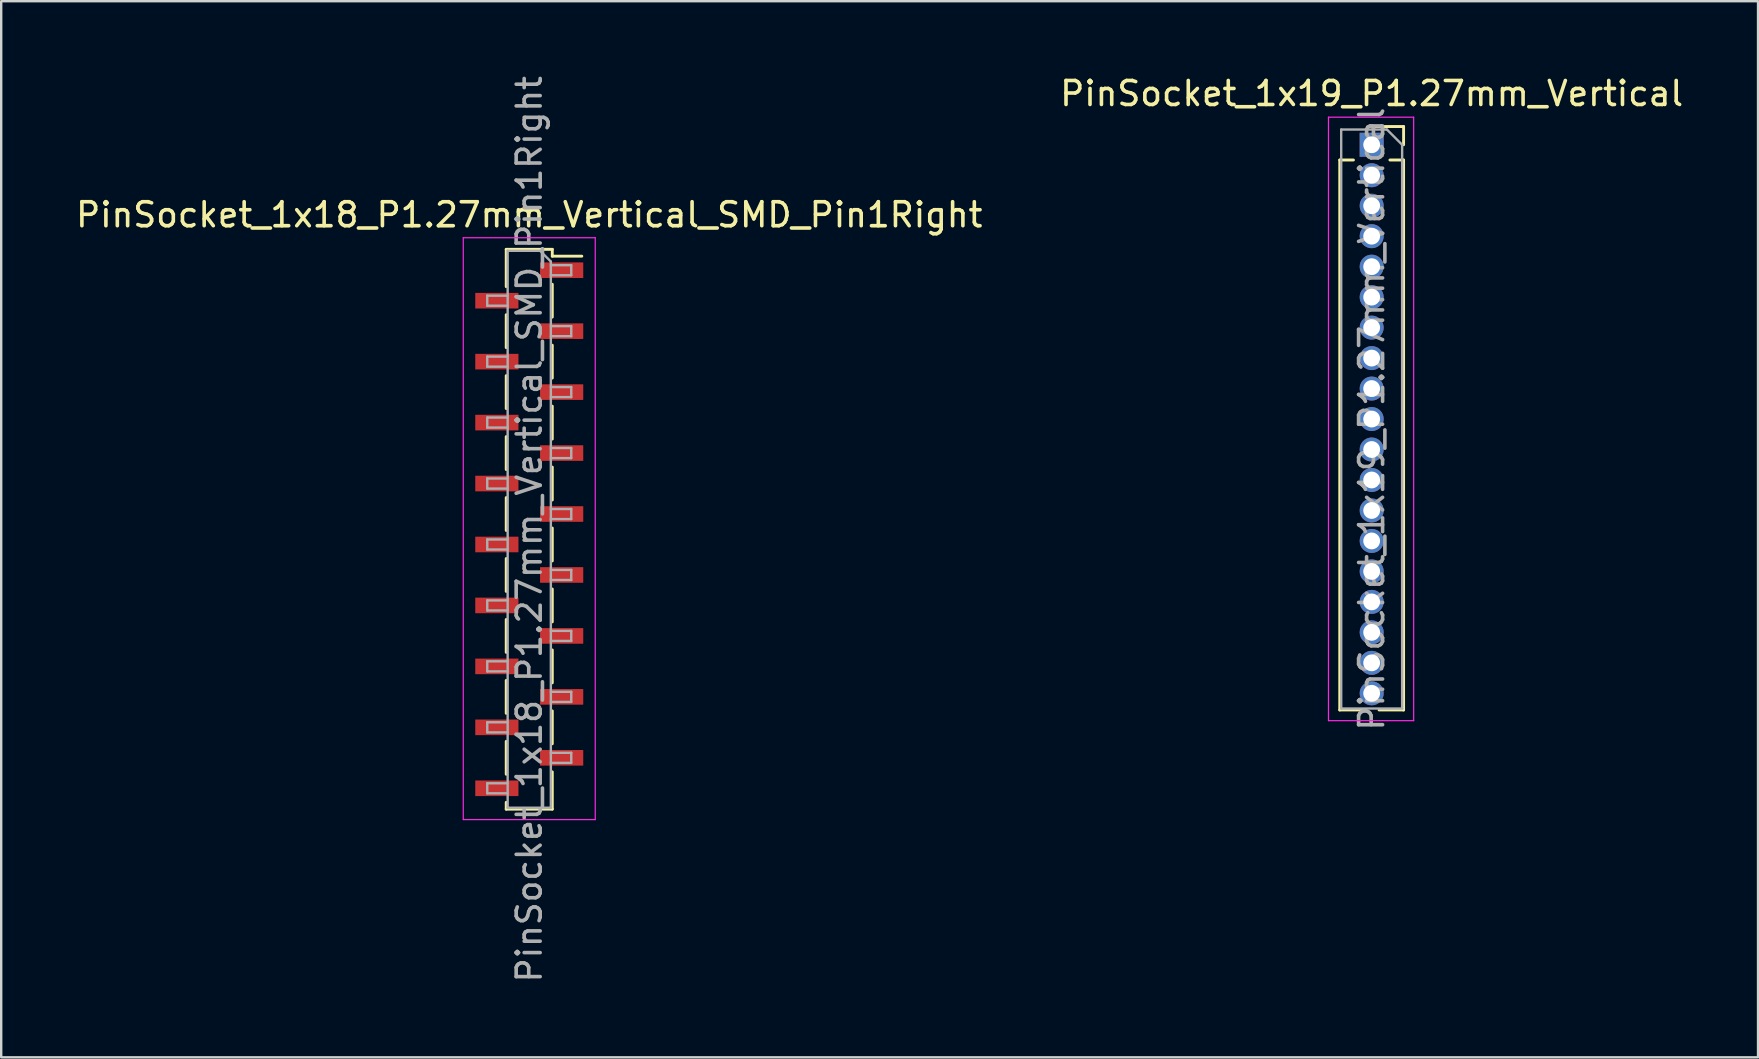
<source format=kicad_pcb>
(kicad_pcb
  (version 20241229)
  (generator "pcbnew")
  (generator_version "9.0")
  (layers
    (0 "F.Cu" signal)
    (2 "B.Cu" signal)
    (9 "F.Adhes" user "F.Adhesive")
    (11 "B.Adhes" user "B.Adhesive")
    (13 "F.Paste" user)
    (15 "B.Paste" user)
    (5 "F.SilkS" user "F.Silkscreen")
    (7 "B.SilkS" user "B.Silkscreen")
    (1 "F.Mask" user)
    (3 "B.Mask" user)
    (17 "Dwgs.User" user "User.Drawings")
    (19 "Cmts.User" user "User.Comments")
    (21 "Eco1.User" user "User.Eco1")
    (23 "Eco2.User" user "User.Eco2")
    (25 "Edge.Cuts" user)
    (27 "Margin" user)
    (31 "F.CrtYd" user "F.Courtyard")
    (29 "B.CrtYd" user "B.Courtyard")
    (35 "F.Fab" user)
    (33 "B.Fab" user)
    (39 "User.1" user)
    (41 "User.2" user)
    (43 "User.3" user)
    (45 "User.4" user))
  (footprint "PinSocket_1x18_P1.27mm_Vertical_SMD_Pin1Right"
    (layer "F.Cu")
    (at 19.006 19.006)
    (property "Reference" "PinSocket_1x18_P1.27mm_Vertical_SMD_Pin1Right" (at 0 -13.105 0) (layer "F.SilkS") (effects (font (size 1 1) (thickness 0.15))))
    (attr smd)
    (fp_line (start -0.96 -11.665) (end -0.96 -10.11) (stroke (width 0.12) (type solid)) (layer "F.SilkS"))
    (fp_line (start -0.96 -11.665) (end 0.96 -11.665) (stroke (width 0.12) (type solid)) (layer "F.SilkS"))
    (fp_line (start -0.96 -8.94) (end -0.96 -7.57) (stroke (width 0.12) (type solid)) (layer "F.SilkS"))
    (fp_line (start -0.96 -6.4) (end -0.96 -5.03) (stroke (width 0.12) (type solid)) (layer "F.SilkS"))
    (fp_line (start -0.96 -3.86) (end -0.96 -2.49) (stroke (width 0.12) (type solid)) (layer "F.SilkS"))
    (fp_line (start -0.96 -1.32) (end -0.96 0.05) (stroke (width 0.12) (type solid)) (layer "F.SilkS"))
    (fp_line (start -0.96 1.22) (end -0.96 2.59) (stroke (width 0.12) (type solid)) (layer "F.SilkS"))
    (fp_line (start -0.96 3.76) (end -0.96 5.13) (stroke (width 0.12) (type solid)) (layer "F.SilkS"))
    (fp_line (start -0.96 6.3) (end -0.96 7.67) (stroke (width 0.12) (type solid)) (layer "F.SilkS"))
    (fp_line (start -0.96 8.84) (end -0.96 10.21) (stroke (width 0.12) (type solid)) (layer "F.SilkS"))
    (fp_line (start -0.96 11.38) (end -0.96 11.665) (stroke (width 0.12) (type solid)) (layer "F.SilkS"))
    (fp_line (start -0.96 11.665) (end 0.96 11.665) (stroke (width 0.12) (type solid)) (layer "F.SilkS"))
    (fp_line (start 0.96 -11.665) (end 0.96 -11.38) (stroke (width 0.12) (type solid)) (layer "F.SilkS"))
    (fp_line (start 0.96 -11.38) (end 2.19 -11.38) (stroke (width 0.12) (type solid)) (layer "F.SilkS"))
    (fp_line (start 0.96 -10.21) (end 0.96 -8.84) (stroke (width 0.12) (type solid)) (layer "F.SilkS"))
    (fp_line (start 0.96 -7.67) (end 0.96 -6.3) (stroke (width 0.12) (type solid)) (layer "F.SilkS"))
    (fp_line (start 0.96 -5.13) (end 0.96 -3.76) (stroke (width 0.12) (type solid)) (layer "F.SilkS"))
    (fp_line (start 0.96 -2.59) (end 0.96 -1.22) (stroke (width 0.12) (type solid)) (layer "F.SilkS"))
    (fp_line (start 0.96 -0.05) (end 0.96 1.32) (stroke (width 0.12) (type solid)) (layer "F.SilkS"))
    (fp_line (start 0.96 2.49) (end 0.96 3.86) (stroke (width 0.12) (type solid)) (layer "F.SilkS"))
    (fp_line (start 0.96 5.03) (end 0.96 6.4) (stroke (width 0.12) (type solid)) (layer "F.SilkS"))
    (fp_line (start 0.96 7.57) (end 0.96 8.94) (stroke (width 0.12) (type solid)) (layer "F.SilkS"))
    (fp_line (start 0.96 10.11) (end 0.96 11.665) (stroke (width 0.12) (type solid)) (layer "F.SilkS"))
    (fp_line (start -2.75 -12.15) (end 2.75 -12.15) (stroke (width 0.05) (type solid)) (layer "F.CrtYd"))
    (fp_line (start -2.75 12.1) (end -2.75 -12.15) (stroke (width 0.05) (type solid)) (layer "F.CrtYd"))
    (fp_line (start 2.75 -12.15) (end 2.75 12.1) (stroke (width 0.05) (type solid)) (layer "F.CrtYd"))
    (fp_line (start 2.75 12.1) (end -2.75 12.1) (stroke (width 0.05) (type solid)) (layer "F.CrtYd"))
    (fp_line (start -1.75 -9.735) (end -0.9 -9.735) (stroke (width 0.1) (type solid)) (layer "F.Fab"))
    (fp_line (start -1.75 -9.315) (end -1.75 -9.735) (stroke (width 0.1) (type solid)) (layer "F.Fab"))
    (fp_line (start -1.75 -7.195) (end -0.9 -7.195) (stroke (width 0.1) (type solid)) (layer "F.Fab"))
    (fp_line (start -1.75 -6.775) (end -1.75 -7.195) (stroke (width 0.1) (type solid)) (layer "F.Fab"))
    (fp_line (start -1.75 -4.655) (end -0.9 -4.655) (stroke (width 0.1) (type solid)) (layer "F.Fab"))
    (fp_line (start -1.75 -4.235) (end -1.75 -4.655) (stroke (width 0.1) (type solid)) (layer "F.Fab"))
    (fp_line (start -1.75 -2.115) (end -0.9 -2.115) (stroke (width 0.1) (type solid)) (layer "F.Fab"))
    (fp_line (start -1.75 -1.695) (end -1.75 -2.115) (stroke (width 0.1) (type solid)) (layer "F.Fab"))
    (fp_line (start -1.75 0.425) (end -0.9 0.425) (stroke (width 0.1) (type solid)) (layer "F.Fab"))
    (fp_line (start -1.75 0.845) (end -1.75 0.425) (stroke (width 0.1) (type solid)) (layer "F.Fab"))
    (fp_line (start -1.75 2.965) (end -0.9 2.965) (stroke (width 0.1) (type solid)) (layer "F.Fab"))
    (fp_line (start -1.75 3.385) (end -1.75 2.965) (stroke (width 0.1) (type solid)) (layer "F.Fab"))
    (fp_line (start -1.75 5.505) (end -0.9 5.505) (stroke (width 0.1) (type solid)) (layer "F.Fab"))
    (fp_line (start -1.75 5.925) (end -1.75 5.505) (stroke (width 0.1) (type solid)) (layer "F.Fab"))
    (fp_line (start -1.75 8.045) (end -0.9 8.045) (stroke (width 0.1) (type solid)) (layer "F.Fab"))
    (fp_line (start -1.75 8.465) (end -1.75 8.045) (stroke (width 0.1) (type solid)) (layer "F.Fab"))
    (fp_line (start -1.75 10.585) (end -0.9 10.585) (stroke (width 0.1) (type solid)) (layer "F.Fab"))
    (fp_line (start -1.75 11.005) (end -1.75 10.585) (stroke (width 0.1) (type solid)) (layer "F.Fab"))
    (fp_line (start -0.9 -11.605) (end 0.45 -11.605) (stroke (width 0.1) (type solid)) (layer "F.Fab"))
    (fp_line (start -0.9 -9.315) (end -1.75 -9.315) (stroke (width 0.1) (type solid)) (layer "F.Fab"))
    (fp_line (start -0.9 -6.775) (end -1.75 -6.775) (stroke (width 0.1) (type solid)) (layer "F.Fab"))
    (fp_line (start -0.9 -4.235) (end -1.75 -4.235) (stroke (width 0.1) (type solid)) (layer "F.Fab"))
    (fp_line (start -0.9 -1.695) (end -1.75 -1.695) (stroke (width 0.1) (type solid)) (layer "F.Fab"))
    (fp_line (start -0.9 0.845) (end -1.75 0.845) (stroke (width 0.1) (type solid)) (layer "F.Fab"))
    (fp_line (start -0.9 3.385) (end -1.75 3.385) (stroke (width 0.1) (type solid)) (layer "F.Fab"))
    (fp_line (start -0.9 5.925) (end -1.75 5.925) (stroke (width 0.1) (type solid)) (layer "F.Fab"))
    (fp_line (start -0.9 8.465) (end -1.75 8.465) (stroke (width 0.1) (type solid)) (layer "F.Fab"))
    (fp_line (start -0.9 11.005) (end -1.75 11.005) (stroke (width 0.1) (type solid)) (layer "F.Fab"))
    (fp_line (start -0.9 11.605) (end -0.9 -11.605) (stroke (width 0.1) (type solid)) (layer "F.Fab"))
    (fp_line (start 0.45 -11.605) (end 0.9 -11.155) (stroke (width 0.1) (type solid)) (layer "F.Fab"))
    (fp_line (start 0.9 -11.155) (end 0.9 11.605) (stroke (width 0.1) (type solid)) (layer "F.Fab"))
    (fp_line (start 0.9 -11.005) (end 1.75 -11.005) (stroke (width 0.1) (type solid)) (layer "F.Fab"))
    (fp_line (start 0.9 -8.465) (end 1.75 -8.465) (stroke (width 0.1) (type solid)) (layer "F.Fab"))
    (fp_line (start 0.9 -5.925) (end 1.75 -5.925) (stroke (width 0.1) (type solid)) (layer "F.Fab"))
    (fp_line (start 0.9 -3.385) (end 1.75 -3.385) (stroke (width 0.1) (type solid)) (layer "F.Fab"))
    (fp_line (start 0.9 -0.845) (end 1.75 -0.845) (stroke (width 0.1) (type solid)) (layer "F.Fab"))
    (fp_line (start 0.9 1.695) (end 1.75 1.695) (stroke (width 0.1) (type solid)) (layer "F.Fab"))
    (fp_line (start 0.9 4.235) (end 1.75 4.235) (stroke (width 0.1) (type solid)) (layer "F.Fab"))
    (fp_line (start 0.9 6.775) (end 1.75 6.775) (stroke (width 0.1) (type solid)) (layer "F.Fab"))
    (fp_line (start 0.9 9.315) (end 1.75 9.315) (stroke (width 0.1) (type solid)) (layer "F.Fab"))
    (fp_line (start 0.9 11.605) (end -0.9 11.605) (stroke (width 0.1) (type solid)) (layer "F.Fab"))
    (fp_line (start 1.75 -11.005) (end 1.75 -10.585) (stroke (width 0.1) (type solid)) (layer "F.Fab"))
    (fp_line (start 1.75 -10.585) (end 0.9 -10.585) (stroke (width 0.1) (type solid)) (layer "F.Fab"))
    (fp_line (start 1.75 -8.465) (end 1.75 -8.045) (stroke (width 0.1) (type solid)) (layer "F.Fab"))
    (fp_line (start 1.75 -8.045) (end 0.9 -8.045) (stroke (width 0.1) (type solid)) (layer "F.Fab"))
    (fp_line (start 1.75 -5.925) (end 1.75 -5.505) (stroke (width 0.1) (type solid)) (layer "F.Fab"))
    (fp_line (start 1.75 -5.505) (end 0.9 -5.505) (stroke (width 0.1) (type solid)) (layer "F.Fab"))
    (fp_line (start 1.75 -3.385) (end 1.75 -2.965) (stroke (width 0.1) (type solid)) (layer "F.Fab"))
    (fp_line (start 1.75 -2.965) (end 0.9 -2.965) (stroke (width 0.1) (type solid)) (layer "F.Fab"))
    (fp_line (start 1.75 -0.845) (end 1.75 -0.425) (stroke (width 0.1) (type solid)) (layer "F.Fab"))
    (fp_line (start 1.75 -0.425) (end 0.9 -0.425) (stroke (width 0.1) (type solid)) (layer "F.Fab"))
    (fp_line (start 1.75 1.695) (end 1.75 2.115) (stroke (width 0.1) (type solid)) (layer "F.Fab"))
    (fp_line (start 1.75 2.115) (end 0.9 2.115) (stroke (width 0.1) (type solid)) (layer "F.Fab"))
    (fp_line (start 1.75 4.235) (end 1.75 4.655) (stroke (width 0.1) (type solid)) (layer "F.Fab"))
    (fp_line (start 1.75 4.655) (end 0.9 4.655) (stroke (width 0.1) (type solid)) (layer "F.Fab"))
    (fp_line (start 1.75 6.775) (end 1.75 7.195) (stroke (width 0.1) (type solid)) (layer "F.Fab"))
    (fp_line (start 1.75 7.195) (end 0.9 7.195) (stroke (width 0.1) (type solid)) (layer "F.Fab"))
    (fp_line (start 1.75 9.315) (end 1.75 9.735) (stroke (width 0.1) (type solid)) (layer "F.Fab"))
    (fp_line (start 1.75 9.735) (end 0.9 9.735) (stroke (width 0.1) (type solid)) (layer "F.Fab"))
    (fp_text user "${REFERENCE}" (at 0 0 90) (layer "F.Fab") (effects (font (size 1 1) (thickness 0.15))))
    (pad "1" smd rect (at 1.35 -10.795) (size 1.8 0.65) (layers "F.Cu" "F.Mask" "F.Paste"))
    (pad "2" smd rect (at -1.35 -9.525) (size 1.8 0.65) (layers "F.Cu" "F.Mask" "F.Paste"))
    (pad "3" smd rect (at 1.35 -8.255) (size 1.8 0.65) (layers "F.Cu" "F.Mask" "F.Paste"))
    (pad "4" smd rect (at -1.35 -6.985) (size 1.8 0.65) (layers "F.Cu" "F.Mask" "F.Paste"))
    (pad "5" smd rect (at 1.35 -5.715) (size 1.8 0.65) (layers "F.Cu" "F.Mask" "F.Paste"))
    (pad "6" smd rect (at -1.35 -4.445) (size 1.8 0.65) (layers "F.Cu" "F.Mask" "F.Paste"))
    (pad "7" smd rect (at 1.35 -3.175) (size 1.8 0.65) (layers "F.Cu" "F.Mask" "F.Paste"))
    (pad "8" smd rect (at -1.35 -1.905) (size 1.8 0.65) (layers "F.Cu" "F.Mask" "F.Paste"))
    (pad "9" smd rect (at 1.35 -0.635) (size 1.8 0.65) (layers "F.Cu" "F.Mask" "F.Paste"))
    (pad "10" smd rect (at -1.35 0.635) (size 1.8 0.65) (layers "F.Cu" "F.Mask" "F.Paste"))
    (pad "11" smd rect (at 1.35 1.905) (size 1.8 0.65) (layers "F.Cu" "F.Mask" "F.Paste"))
    (pad "12" smd rect (at -1.35 3.175) (size 1.8 0.65) (layers "F.Cu" "F.Mask" "F.Paste"))
    (pad "13" smd rect (at 1.35 4.445) (size 1.8 0.65) (layers "F.Cu" "F.Mask" "F.Paste"))
    (pad "14" smd rect (at -1.35 5.715) (size 1.8 0.65) (layers "F.Cu" "F.Mask" "F.Paste"))
    (pad "15" smd rect (at 1.35 6.985) (size 1.8 0.65) (layers "F.Cu" "F.Mask" "F.Paste"))
    (pad "16" smd rect (at -1.35 8.255) (size 1.8 0.65) (layers "F.Cu" "F.Mask" "F.Paste"))
    (pad "17" smd rect (at 1.35 9.525) (size 1.8 0.65) (layers "F.Cu" "F.Mask" "F.Paste"))
    (pad "18" smd rect (at -1.35 10.795) (size 1.8 0.65) (layers "F.Cu" "F.Mask" "F.Paste")))
  (footprint "PinSocket_1x19_P1.27mm_Vertical"
    (layer "F.Cu")
    (at 54.113 2.983)
    (property "Reference" "PinSocket_1x19_P1.27mm_Vertical" (at 0 -2.135 0) (layer "F.SilkS") (effects (font (size 1 1) (thickness 0.15))))
    (attr through_hole)
    (fp_line (start -1.33 0.635) (end -1.33 23.555) (stroke (width 0.12) (type solid)) (layer "F.SilkS"))
    (fp_line (start -1.33 0.635) (end -0.76 0.635) (stroke (width 0.12) (type solid)) (layer "F.SilkS"))
    (fp_line (start -1.33 23.555) (end -0.308 23.555) (stroke (width 0.12) (type solid)) (layer "F.SilkS"))
    (fp_line (start 0 -0.76) (end 1.33 -0.76) (stroke (width 0.12) (type solid)) (layer "F.SilkS"))
    (fp_line (start 0.308 23.555) (end 1.33 23.555) (stroke (width 0.12) (type solid)) (layer "F.SilkS"))
    (fp_line (start 0.76 0.635) (end 1.33 0.635) (stroke (width 0.12) (type solid)) (layer "F.SilkS"))
    (fp_line (start 1.33 -0.76) (end 1.33 0) (stroke (width 0.12) (type solid)) (layer "F.SilkS"))
    (fp_line (start 1.33 0.635) (end 1.33 23.555) (stroke (width 0.12) (type solid)) (layer "F.SilkS"))
    (fp_line (start -1.8 -1.15) (end 1.75 -1.15) (stroke (width 0.05) (type solid)) (layer "F.CrtYd"))
    (fp_line (start -1.8 24) (end -1.8 -1.15) (stroke (width 0.05) (type solid)) (layer "F.CrtYd"))
    (fp_line (start 1.75 -1.15) (end 1.75 24) (stroke (width 0.05) (type solid)) (layer "F.CrtYd"))
    (fp_line (start 1.75 24) (end -1.8 24) (stroke (width 0.05) (type solid)) (layer "F.CrtYd"))
    (fp_line (start -1.27 -0.635) (end 0.635 -0.635) (stroke (width 0.1) (type solid)) (layer "F.Fab"))
    (fp_line (start -1.27 23.495) (end -1.27 -0.635) (stroke (width 0.1) (type solid)) (layer "F.Fab"))
    (fp_line (start 0.635 -0.635) (end 1.27 0) (stroke (width 0.1) (type solid)) (layer "F.Fab"))
    (fp_line (start 1.27 0) (end 1.27 23.495) (stroke (width 0.1) (type solid)) (layer "F.Fab"))
    (fp_line (start 1.27 23.495) (end -1.27 23.495) (stroke (width 0.1) (type solid)) (layer "F.Fab"))
    (fp_text user "${REFERENCE}" (at 0 11.43 90) (layer "F.Fab") (effects (font (size 1 1) (thickness 0.15))))
    (pad "1" thru_hole rect (at 0 0) (size 1 1) (drill 0.7) (layers "*.Cu" "*.Mask"))
    (pad "2" thru_hole oval (at 0 1.27) (size 1 1) (drill 0.7) (layers "*.Cu" "*.Mask"))
    (pad "3" thru_hole oval (at 0 2.54) (size 1 1) (drill 0.7) (layers "*.Cu" "*.Mask"))
    (pad "4" thru_hole oval (at 0 3.81) (size 1 1) (drill 0.7) (layers "*.Cu" "*.Mask"))
    (pad "5" thru_hole oval (at 0 5.08) (size 1 1) (drill 0.7) (layers "*.Cu" "*.Mask"))
    (pad "6" thru_hole oval (at 0 6.35) (size 1 1) (drill 0.7) (layers "*.Cu" "*.Mask"))
    (pad "7" thru_hole oval (at 0 7.62) (size 1 1) (drill 0.7) (layers "*.Cu" "*.Mask"))
    (pad "8" thru_hole oval (at 0 8.89) (size 1 1) (drill 0.7) (layers "*.Cu" "*.Mask"))
    (pad "9" thru_hole oval (at 0 10.16) (size 1 1) (drill 0.7) (layers "*.Cu" "*.Mask"))
    (pad "10" thru_hole oval (at 0 11.43) (size 1 1) (drill 0.7) (layers "*.Cu" "*.Mask"))
    (pad "11" thru_hole oval (at 0 12.7) (size 1 1) (drill 0.7) (layers "*.Cu" "*.Mask"))
    (pad "12" thru_hole oval (at 0 13.97) (size 1 1) (drill 0.7) (layers "*.Cu" "*.Mask"))
    (pad "13" thru_hole oval (at 0 15.24) (size 1 1) (drill 0.7) (layers "*.Cu" "*.Mask"))
    (pad "14" thru_hole oval (at 0 16.51) (size 1 1) (drill 0.7) (layers "*.Cu" "*.Mask"))
    (pad "15" thru_hole oval (at 0 17.78) (size 1 1) (drill 0.7) (layers "*.Cu" "*.Mask"))
    (pad "16" thru_hole oval (at 0 19.05) (size 1 1) (drill 0.7) (layers "*.Cu" "*.Mask"))
    (pad "17" thru_hole oval (at 0 20.32) (size 1 1) (drill 0.7) (layers "*.Cu" "*.Mask"))
    (pad "18" thru_hole oval (at 0 21.59) (size 1 1) (drill 0.7) (layers "*.Cu" "*.Mask"))
    (pad "19" thru_hole oval (at 0 22.86) (size 1 1) (drill 0.7) (layers "*.Cu" "*.Mask")))
  (gr_rect
    (start -3 -3)
    (end 70.214 41.012)
    (stroke (width 0.1) (type default))
    (fill no)
    (layer "Edge.Cuts")))
</source>
